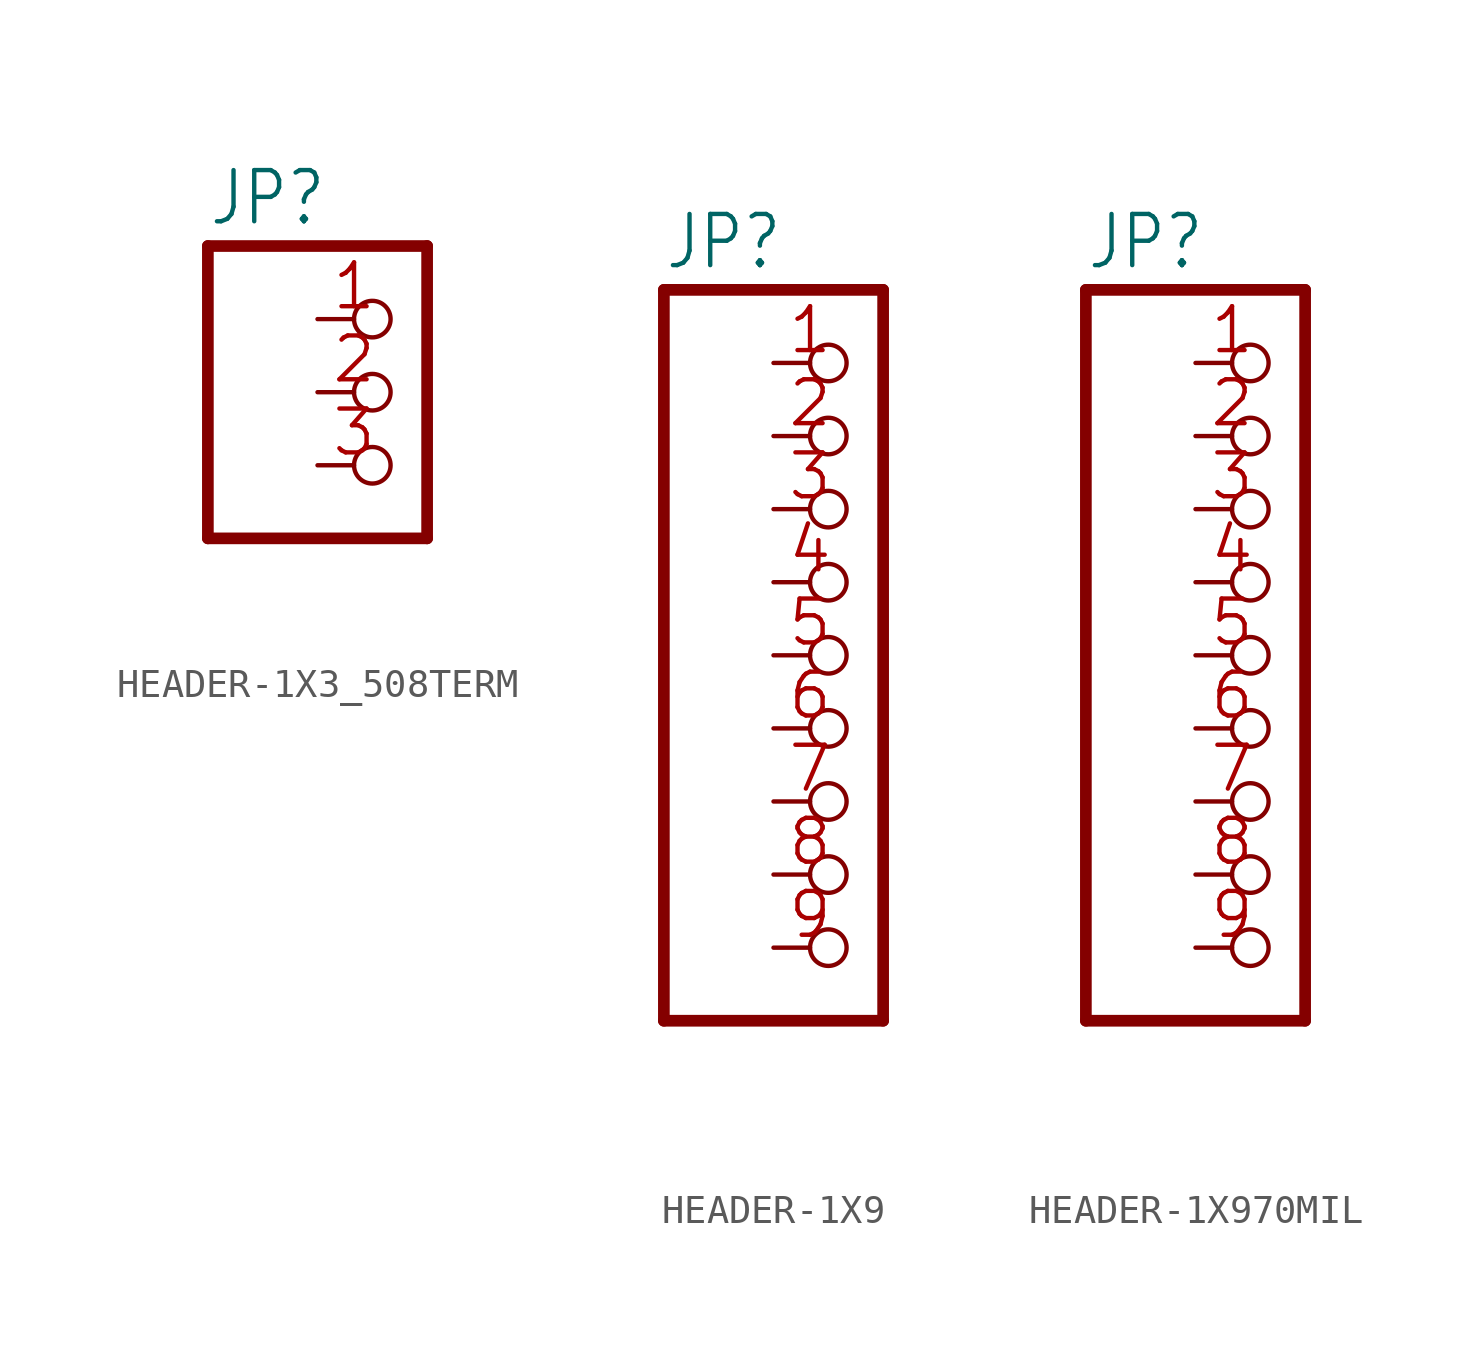
<source format=kicad_sym>
(kicad_symbol_lib
  (version 20241209)
  (generator "kicad_symbol_editor")
  (generator_version "9.0")
  (symbol "HEADER-1X3_508TERM"
    (property "Reference" "JP"
      (at -6.35 5.715 0)
      (effects (font (size 1.778 1.511)) (justify left bottom)))
    (property "Value" ""
      (at -6.35 -7.62 0)
      (effects (font (size 1.778 1.511)) (justify left bottom)))
    (property "ki_locked" ""
      (at 0 0 0)
      (effects (font (size 1.27 1.27))))
    (symbol "HEADER-1X3_508TERM_1_0"
      (polyline (pts (xy -6.35 5.08) (xy -6.35 -5.08)) (stroke (width 0.406) (type solid)) (fill (type none)))
      (polyline (pts (xy -6.35 -5.08) (xy 1.27 -5.08)) (stroke (width 0.406) (type solid)) (fill (type none)))
      (polyline (pts (xy 1.27 5.08) (xy -6.35 5.08)) (stroke (width 0.406) (type solid)) (fill (type none)))
      (polyline (pts (xy 1.27 -5.08) (xy 1.27 5.08)) (stroke (width 0.406) (type solid)) (fill (type none)))
      (pin passive inverted (at -2.54 2.54 0) (length 2.54) (name "1" (effects (font (size 0 0)))) (number "1" (effects (font (size 1.524 1.524)))))
      (pin passive inverted (at -2.54 0 0) (length 2.54) (name "2" (effects (font (size 0 0)))) (number "2" (effects (font (size 1.524 1.524)))))
      (pin passive inverted (at -2.54 -2.54 0) (length 2.54) (name "3" (effects (font (size 0 0)))) (number "3" (effects (font (size 1.524 1.524)))))))
  (symbol "HEADER-1X9"
    (property "Reference" "JP"
      (at -6.35 13.335 0)
      (effects (font (size 1.778 1.511)) (justify left bottom)))
    (property "Value" ""
      (at -6.35 -15.24 0)
      (effects (font (size 1.778 1.511)) (justify left bottom)))
    (property "ki_locked" ""
      (at 0 0 0)
      (effects (font (size 1.27 1.27))))
    (symbol "HEADER-1X9_1_0"
      (polyline (pts (xy -6.35 12.7) (xy -6.35 -12.7)) (stroke (width 0.406) (type solid)) (fill (type none)))
      (polyline (pts (xy -6.35 -12.7) (xy 1.27 -12.7)) (stroke (width 0.406) (type solid)) (fill (type none)))
      (polyline (pts (xy 1.27 12.7) (xy -6.35 12.7)) (stroke (width 0.406) (type solid)) (fill (type none)))
      (polyline (pts (xy 1.27 -12.7) (xy 1.27 12.7)) (stroke (width 0.406) (type solid)) (fill (type none)))
      (pin passive inverted (at -2.54 10.16 0) (length 2.54) (name "1" (effects (font (size 0 0)))) (number "1" (effects (font (size 1.524 1.524)))))
      (pin passive inverted (at -2.54 7.62 0) (length 2.54) (name "2" (effects (font (size 0 0)))) (number "2" (effects (font (size 1.524 1.524)))))
      (pin passive inverted (at -2.54 5.08 0) (length 2.54) (name "3" (effects (font (size 0 0)))) (number "3" (effects (font (size 1.524 1.524)))))
      (pin passive inverted (at -2.54 2.54 0) (length 2.54) (name "4" (effects (font (size 0 0)))) (number "4" (effects (font (size 1.524 1.524)))))
      (pin passive inverted (at -2.54 0 0) (length 2.54) (name "5" (effects (font (size 0 0)))) (number "5" (effects (font (size 1.524 1.524)))))
      (pin passive inverted (at -2.54 -2.54 0) (length 2.54) (name "6" (effects (font (size 0 0)))) (number "6" (effects (font (size 1.524 1.524)))))
      (pin passive inverted (at -2.54 -5.08 0) (length 2.54) (name "7" (effects (font (size 0 0)))) (number "7" (effects (font (size 1.524 1.524)))))
      (pin passive inverted (at -2.54 -7.62 0) (length 2.54) (name "8" (effects (font (size 0 0)))) (number "8" (effects (font (size 1.524 1.524)))))
      (pin passive inverted (at -2.54 -10.16 0) (length 2.54) (name "9" (effects (font (size 0 0)))) (number "9" (effects (font (size 1.524 1.524)))))))
  (symbol "HEADER-1X970MIL"
    (property "Reference" "JP"
      (at -6.35 13.335 0)
      (effects (font (size 1.778 1.511)) (justify left bottom)))
    (property "Value" ""
      (at -6.35 -15.24 0)
      (effects (font (size 1.778 1.511)) (justify left bottom)))
    (property "ki_locked" ""
      (at 0 0 0)
      (effects (font (size 1.27 1.27))))
    (symbol "HEADER-1X970MIL_1_0"
      (polyline (pts (xy -6.35 12.7) (xy -6.35 -12.7)) (stroke (width 0.406) (type solid)) (fill (type none)))
      (polyline (pts (xy -6.35 -12.7) (xy 1.27 -12.7)) (stroke (width 0.406) (type solid)) (fill (type none)))
      (polyline (pts (xy 1.27 12.7) (xy -6.35 12.7)) (stroke (width 0.406) (type solid)) (fill (type none)))
      (polyline (pts (xy 1.27 -12.7) (xy 1.27 12.7)) (stroke (width 0.406) (type solid)) (fill (type none)))
      (pin passive inverted (at -2.54 10.16 0) (length 2.54) (name "1" (effects (font (size 0 0)))) (number "1" (effects (font (size 1.524 1.524)))))
      (pin passive inverted (at -2.54 7.62 0) (length 2.54) (name "2" (effects (font (size 0 0)))) (number "2" (effects (font (size 1.524 1.524)))))
      (pin passive inverted (at -2.54 5.08 0) (length 2.54) (name "3" (effects (font (size 0 0)))) (number "3" (effects (font (size 1.524 1.524)))))
      (pin passive inverted (at -2.54 2.54 0) (length 2.54) (name "4" (effects (font (size 0 0)))) (number "4" (effects (font (size 1.524 1.524)))))
      (pin passive inverted (at -2.54 0 0) (length 2.54) (name "5" (effects (font (size 0 0)))) (number "5" (effects (font (size 1.524 1.524)))))
      (pin passive inverted (at -2.54 -2.54 0) (length 2.54) (name "6" (effects (font (size 0 0)))) (number "6" (effects (font (size 1.524 1.524)))))
      (pin passive inverted (at -2.54 -5.08 0) (length 2.54) (name "7" (effects (font (size 0 0)))) (number "7" (effects (font (size 1.524 1.524)))))
      (pin passive inverted (at -2.54 -7.62 0) (length 2.54) (name "8" (effects (font (size 0 0)))) (number "8" (effects (font (size 1.524 1.524)))))
      (pin passive inverted (at -2.54 -10.16 0) (length 2.54) (name "9" (effects (font (size 0 0)))) (number "9" (effects (font (size 1.524 1.524))))))))
</source>
